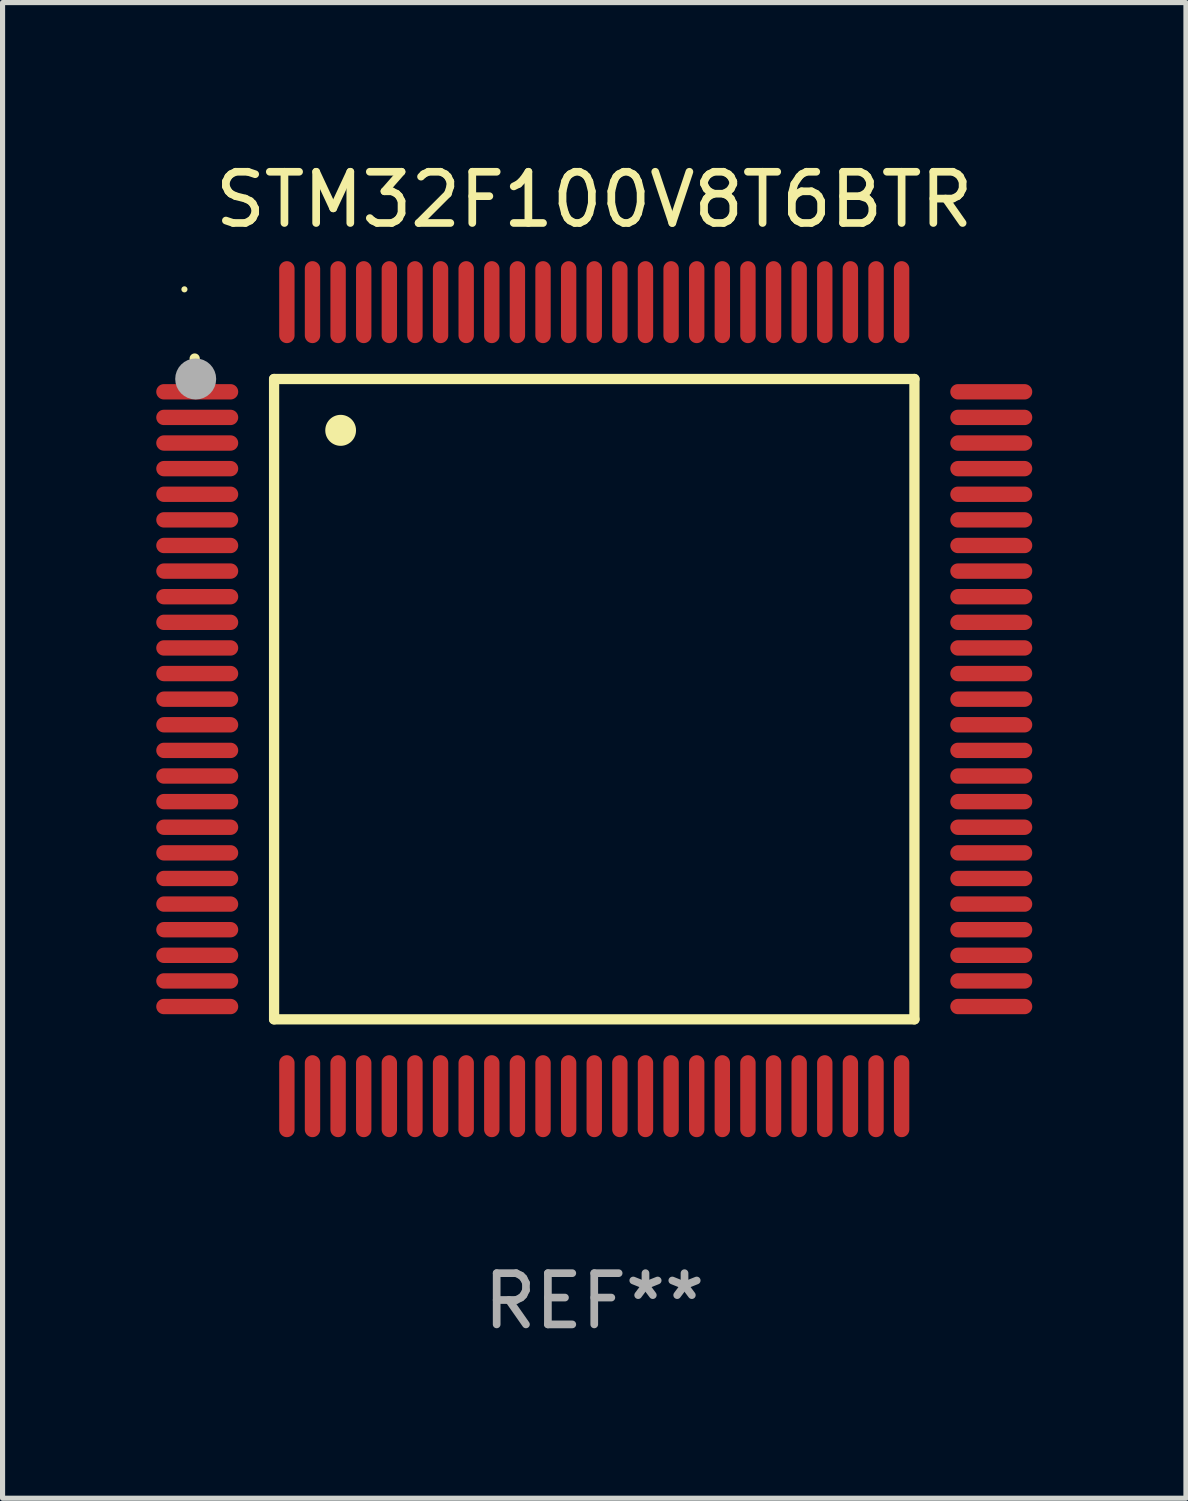
<source format=kicad_pcb>
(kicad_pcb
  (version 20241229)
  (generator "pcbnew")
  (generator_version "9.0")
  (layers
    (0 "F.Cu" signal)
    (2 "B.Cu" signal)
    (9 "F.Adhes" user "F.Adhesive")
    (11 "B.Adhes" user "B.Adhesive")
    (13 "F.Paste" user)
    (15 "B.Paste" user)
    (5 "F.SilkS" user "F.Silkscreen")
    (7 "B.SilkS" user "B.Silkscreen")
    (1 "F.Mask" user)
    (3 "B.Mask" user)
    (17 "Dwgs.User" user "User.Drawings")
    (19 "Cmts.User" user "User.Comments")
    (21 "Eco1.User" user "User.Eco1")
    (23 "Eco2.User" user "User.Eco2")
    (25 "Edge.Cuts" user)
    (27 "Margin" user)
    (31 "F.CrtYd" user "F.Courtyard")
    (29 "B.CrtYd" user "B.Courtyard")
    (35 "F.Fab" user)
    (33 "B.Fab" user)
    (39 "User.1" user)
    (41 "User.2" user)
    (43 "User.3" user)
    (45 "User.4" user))
  (footprint "STM32F100V8T6BTR"
    (layer "F.Cu")
    (at 8.55 10.598)
    (property "Reference" "STM32F100V8T6BTR" (at 0 -9.75 0) (layer "F.SilkS") (effects (font (size 1 1) (thickness 0.15))))
    (attr through_hole)
    (fp_line (start -6.25 -6.25) (end -6.25 6.25) (stroke (width 0.2) (type solid)) (layer "F.SilkS"))
    (fp_line (start -6.25 6.25) (end 6.25 6.25) (stroke (width 0.2) (type solid)) (layer "F.SilkS"))
    (fp_line (start 6.25 -6.25) (end -6.25 -6.25) (stroke (width 0.2) (type solid)) (layer "F.SilkS"))
    (fp_line (start 6.25 6.25) (end 6.25 -6.25) (stroke (width 0.2) (type solid)) (layer "F.SilkS"))
    (fp_arc (start -7.799568 -6.647625) (mid -7.799571 -6.648463) (end -7.799568 -6.649301) (stroke (width 0.2) (type solid)) (layer "F.SilkS"))
    (fp_arc (start -4.95047 -5.245111) (mid -4.950481 -5.247651) (end -4.95047 -5.250191) (stroke (width 0.6) (type solid)) (layer "F.SilkS"))
    (fp_circle (center -8 -8) (end -7.97 -8) (stroke (width 0.06) (type solid)) (fill no) (layer "F.SilkS"))
    (fp_circle (center -7.78 -6.25) (end -7.58 -6.25) (stroke (width 0.4) (type solid)) (fill no) (layer "F.Fab"))
    (fp_text user "REF**" (at 0 11.75 0) (layer "F.Fab") (effects (font (size 1 1) (thickness 0.15))))
    (pad "1" smd oval (at -7.75 -6 90) (size 0.3 1.6) (layers "F.Cu" "F.Mask" "F.Paste"))
    (pad "2" smd oval (at -7.75 -5.5 90) (size 0.3 1.6) (layers "F.Cu" "F.Mask" "F.Paste"))
    (pad "3" smd oval (at -7.75 -5 90) (size 0.3 1.6) (layers "F.Cu" "F.Mask" "F.Paste"))
    (pad "4" smd oval (at -7.75 -4.5 90) (size 0.3 1.6) (layers "F.Cu" "F.Mask" "F.Paste"))
    (pad "5" smd oval (at -7.75 -4 90) (size 0.3 1.6) (layers "F.Cu" "F.Mask" "F.Paste"))
    (pad "6" smd oval (at -7.75 -3.5 90) (size 0.3 1.6) (layers "F.Cu" "F.Mask" "F.Paste"))
    (pad "7" smd oval (at -7.75 -3 90) (size 0.3 1.6) (layers "F.Cu" "F.Mask" "F.Paste"))
    (pad "8" smd oval (at -7.75 -2.5 90) (size 0.3 1.6) (layers "F.Cu" "F.Mask" "F.Paste"))
    (pad "9" smd oval (at -7.75 -2 90) (size 0.3 1.6) (layers "F.Cu" "F.Mask" "F.Paste"))
    (pad "10" smd oval (at -7.75 -1.5 90) (size 0.3 1.6) (layers "F.Cu" "F.Mask" "F.Paste"))
    (pad "11" smd oval (at -7.75 -1 90) (size 0.3 1.6) (layers "F.Cu" "F.Mask" "F.Paste"))
    (pad "12" smd oval (at -7.75 -0.5 90) (size 0.3 1.6) (layers "F.Cu" "F.Mask" "F.Paste"))
    (pad "13" smd oval (at -7.75 0 90) (size 0.3 1.6) (layers "F.Cu" "F.Mask" "F.Paste"))
    (pad "14" smd oval (at -7.75 0.5 90) (size 0.3 1.6) (layers "F.Cu" "F.Mask" "F.Paste"))
    (pad "15" smd oval (at -7.75 1 90) (size 0.3 1.6) (layers "F.Cu" "F.Mask" "F.Paste"))
    (pad "16" smd oval (at -7.75 1.5 90) (size 0.3 1.6) (layers "F.Cu" "F.Mask" "F.Paste"))
    (pad "17" smd oval (at -7.75 2 90) (size 0.3 1.6) (layers "F.Cu" "F.Mask" "F.Paste"))
    (pad "18" smd oval (at -7.75 2.5 90) (size 0.3 1.6) (layers "F.Cu" "F.Mask" "F.Paste"))
    (pad "19" smd oval (at -7.75 3 90) (size 0.3 1.6) (layers "F.Cu" "F.Mask" "F.Paste"))
    (pad "20" smd oval (at -7.75 3.5 90) (size 0.3 1.6) (layers "F.Cu" "F.Mask" "F.Paste"))
    (pad "21" smd oval (at -7.75 4 90) (size 0.3 1.6) (layers "F.Cu" "F.Mask" "F.Paste"))
    (pad "22" smd oval (at -7.75 4.5 90) (size 0.3 1.6) (layers "F.Cu" "F.Mask" "F.Paste"))
    (pad "23" smd oval (at -7.75 5 90) (size 0.3 1.6) (layers "F.Cu" "F.Mask" "F.Paste"))
    (pad "24" smd oval (at -7.75 5.5 90) (size 0.3 1.6) (layers "F.Cu" "F.Mask" "F.Paste"))
    (pad "25" smd oval (at -7.75 6 90) (size 0.3 1.6) (layers "F.Cu" "F.Mask" "F.Paste"))
    (pad "26" smd oval (at -6 7.75) (size 0.3 1.6) (layers "F.Cu" "F.Mask" "F.Paste"))
    (pad "27" smd oval (at -5.5 7.75) (size 0.3 1.6) (layers "F.Cu" "F.Mask" "F.Paste"))
    (pad "28" smd oval (at -5 7.75) (size 0.3 1.6) (layers "F.Cu" "F.Mask" "F.Paste"))
    (pad "29" smd oval (at -4.5 7.75) (size 0.3 1.6) (layers "F.Cu" "F.Mask" "F.Paste"))
    (pad "30" smd oval (at -4 7.75) (size 0.3 1.6) (layers "F.Cu" "F.Mask" "F.Paste"))
    (pad "31" smd oval (at -3.5 7.75) (size 0.3 1.6) (layers "F.Cu" "F.Mask" "F.Paste"))
    (pad "32" smd oval (at -3 7.75) (size 0.3 1.6) (layers "F.Cu" "F.Mask" "F.Paste"))
    (pad "33" smd oval (at -2.5 7.75) (size 0.3 1.6) (layers "F.Cu" "F.Mask" "F.Paste"))
    (pad "34" smd oval (at -2 7.75) (size 0.3 1.6) (layers "F.Cu" "F.Mask" "F.Paste"))
    (pad "35" smd oval (at -1.5 7.75) (size 0.3 1.6) (layers "F.Cu" "F.Mask" "F.Paste"))
    (pad "36" smd oval (at -1 7.75) (size 0.3 1.6) (layers "F.Cu" "F.Mask" "F.Paste"))
    (pad "37" smd oval (at -0.5 7.75) (size 0.3 1.6) (layers "F.Cu" "F.Mask" "F.Paste"))
    (pad "38" smd oval (at 0 7.75) (size 0.3 1.6) (layers "F.Cu" "F.Mask" "F.Paste"))
    (pad "39" smd oval (at 0.5 7.75) (size 0.3 1.6) (layers "F.Cu" "F.Mask" "F.Paste"))
    (pad "40" smd oval (at 1 7.75) (size 0.3 1.6) (layers "F.Cu" "F.Mask" "F.Paste"))
    (pad "41" smd oval (at 1.5 7.75) (size 0.3 1.6) (layers "F.Cu" "F.Mask" "F.Paste"))
    (pad "42" smd oval (at 2 7.75) (size 0.3 1.6) (layers "F.Cu" "F.Mask" "F.Paste"))
    (pad "43" smd oval (at 2.5 7.75) (size 0.3 1.6) (layers "F.Cu" "F.Mask" "F.Paste"))
    (pad "44" smd oval (at 3 7.75) (size 0.3 1.6) (layers "F.Cu" "F.Mask" "F.Paste"))
    (pad "45" smd oval (at 3.5 7.75) (size 0.3 1.6) (layers "F.Cu" "F.Mask" "F.Paste"))
    (pad "46" smd oval (at 4 7.75) (size 0.3 1.6) (layers "F.Cu" "F.Mask" "F.Paste"))
    (pad "47" smd oval (at 4.5 7.75) (size 0.3 1.6) (layers "F.Cu" "F.Mask" "F.Paste"))
    (pad "48" smd oval (at 5 7.75) (size 0.3 1.6) (layers "F.Cu" "F.Mask" "F.Paste"))
    (pad "49" smd oval (at 5.5 7.75) (size 0.3 1.6) (layers "F.Cu" "F.Mask" "F.Paste"))
    (pad "50" smd oval (at 6 7.75) (size 0.3 1.6) (layers "F.Cu" "F.Mask" "F.Paste"))
    (pad "51" smd oval (at 7.75 6 90) (size 0.3 1.6) (layers "F.Cu" "F.Mask" "F.Paste"))
    (pad "52" smd oval (at 7.75 5.5 90) (size 0.3 1.6) (layers "F.Cu" "F.Mask" "F.Paste"))
    (pad "53" smd oval (at 7.75 5 90) (size 0.3 1.6) (layers "F.Cu" "F.Mask" "F.Paste"))
    (pad "54" smd oval (at 7.75 4.5 90) (size 0.3 1.6) (layers "F.Cu" "F.Mask" "F.Paste"))
    (pad "55" smd oval (at 7.75 4 90) (size 0.3 1.6) (layers "F.Cu" "F.Mask" "F.Paste"))
    (pad "56" smd oval (at 7.75 3.5 90) (size 0.3 1.6) (layers "F.Cu" "F.Mask" "F.Paste"))
    (pad "57" smd oval (at 7.75 3 90) (size 0.3 1.6) (layers "F.Cu" "F.Mask" "F.Paste"))
    (pad "58" smd oval (at 7.75 2.5 90) (size 0.3 1.6) (layers "F.Cu" "F.Mask" "F.Paste"))
    (pad "59" smd oval (at 7.75 2 90) (size 0.3 1.6) (layers "F.Cu" "F.Mask" "F.Paste"))
    (pad "60" smd oval (at 7.75 1.5 90) (size 0.3 1.6) (layers "F.Cu" "F.Mask" "F.Paste"))
    (pad "61" smd oval (at 7.75 1 90) (size 0.3 1.6) (layers "F.Cu" "F.Mask" "F.Paste"))
    (pad "62" smd oval (at 7.75 0.5 90) (size 0.3 1.6) (layers "F.Cu" "F.Mask" "F.Paste"))
    (pad "63" smd oval (at 7.75 0 90) (size 0.3 1.6) (layers "F.Cu" "F.Mask" "F.Paste"))
    (pad "64" smd oval (at 7.75 -0.5 90) (size 0.3 1.6) (layers "F.Cu" "F.Mask" "F.Paste"))
    (pad "65" smd oval (at 7.75 -1 90) (size 0.3 1.6) (layers "F.Cu" "F.Mask" "F.Paste"))
    (pad "66" smd oval (at 7.75 -1.5 90) (size 0.3 1.6) (layers "F.Cu" "F.Mask" "F.Paste"))
    (pad "67" smd oval (at 7.75 -2 90) (size 0.3 1.6) (layers "F.Cu" "F.Mask" "F.Paste"))
    (pad "68" smd oval (at 7.75 -2.5 90) (size 0.3 1.6) (layers "F.Cu" "F.Mask" "F.Paste"))
    (pad "69" smd oval (at 7.75 -3 90) (size 0.3 1.6) (layers "F.Cu" "F.Mask" "F.Paste"))
    (pad "70" smd oval (at 7.75 -3.5 90) (size 0.3 1.6) (layers "F.Cu" "F.Mask" "F.Paste"))
    (pad "71" smd oval (at 7.75 -4 90) (size 0.3 1.6) (layers "F.Cu" "F.Mask" "F.Paste"))
    (pad "72" smd oval (at 7.75 -4.5 90) (size 0.3 1.6) (layers "F.Cu" "F.Mask" "F.Paste"))
    (pad "73" smd oval (at 7.75 -5 90) (size 0.3 1.6) (layers "F.Cu" "F.Mask" "F.Paste"))
    (pad "74" smd oval (at 7.75 -5.5 90) (size 0.3 1.6) (layers "F.Cu" "F.Mask" "F.Paste"))
    (pad "75" smd oval (at 7.75 -6 90) (size 0.3 1.6) (layers "F.Cu" "F.Mask" "F.Paste"))
    (pad "76" smd oval (at 6 -7.75) (size 0.3 1.6) (layers "F.Cu" "F.Mask" "F.Paste"))
    (pad "77" smd oval (at 5.5 -7.75) (size 0.3 1.6) (layers "F.Cu" "F.Mask" "F.Paste"))
    (pad "78" smd oval (at 5 -7.75) (size 0.3 1.6) (layers "F.Cu" "F.Mask" "F.Paste"))
    (pad "79" smd oval (at 4.5 -7.75) (size 0.3 1.6) (layers "F.Cu" "F.Mask" "F.Paste"))
    (pad "80" smd oval (at 4 -7.75) (size 0.3 1.6) (layers "F.Cu" "F.Mask" "F.Paste"))
    (pad "81" smd oval (at 3.5 -7.75) (size 0.3 1.6) (layers "F.Cu" "F.Mask" "F.Paste"))
    (pad "82" smd oval (at 3 -7.75) (size 0.3 1.6) (layers "F.Cu" "F.Mask" "F.Paste"))
    (pad "83" smd oval (at 2.5 -7.75) (size 0.3 1.6) (layers "F.Cu" "F.Mask" "F.Paste"))
    (pad "84" smd oval (at 2 -7.75) (size 0.3 1.6) (layers "F.Cu" "F.Mask" "F.Paste"))
    (pad "85" smd oval (at 1.5 -7.75) (size 0.3 1.6) (layers "F.Cu" "F.Mask" "F.Paste"))
    (pad "86" smd oval (at 1 -7.75) (size 0.3 1.6) (layers "F.Cu" "F.Mask" "F.Paste"))
    (pad "87" smd oval (at 0.5 -7.75) (size 0.3 1.6) (layers "F.Cu" "F.Mask" "F.Paste"))
    (pad "88" smd oval (at 0 -7.75) (size 0.3 1.6) (layers "F.Cu" "F.Mask" "F.Paste"))
    (pad "89" smd oval (at -0.5 -7.75) (size 0.3 1.6) (layers "F.Cu" "F.Mask" "F.Paste"))
    (pad "90" smd oval (at -1 -7.75) (size 0.3 1.6) (layers "F.Cu" "F.Mask" "F.Paste"))
    (pad "91" smd oval (at -1.5 -7.75) (size 0.3 1.6) (layers "F.Cu" "F.Mask" "F.Paste"))
    (pad "92" smd oval (at -2 -7.75) (size 0.3 1.6) (layers "F.Cu" "F.Mask" "F.Paste"))
    (pad "93" smd oval (at -2.5 -7.75) (size 0.3 1.6) (layers "F.Cu" "F.Mask" "F.Paste"))
    (pad "94" smd oval (at -3 -7.75) (size 0.3 1.6) (layers "F.Cu" "F.Mask" "F.Paste"))
    (pad "95" smd oval (at -3.5 -7.75) (size 0.3 1.6) (layers "F.Cu" "F.Mask" "F.Paste"))
    (pad "96" smd oval (at -4 -7.75) (size 0.3 1.6) (layers "F.Cu" "F.Mask" "F.Paste"))
    (pad "97" smd oval (at -4.5 -7.75) (size 0.3 1.6) (layers "F.Cu" "F.Mask" "F.Paste"))
    (pad "98" smd oval (at -5 -7.75) (size 0.3 1.6) (layers "F.Cu" "F.Mask" "F.Paste"))
    (pad "99" smd oval (at -5.5 -7.75) (size 0.3 1.6) (layers "F.Cu" "F.Mask" "F.Paste"))
    (pad "100" smd oval (at -6 -7.75) (size 0.3 1.6) (layers "F.Cu" "F.Mask" "F.Paste")))
  (gr_rect
    (start -3 -3)
    (end 20.1 26.196)
    (stroke (width 0.1) (type default))
    (fill no)
    (layer "Edge.Cuts")))
</source>
